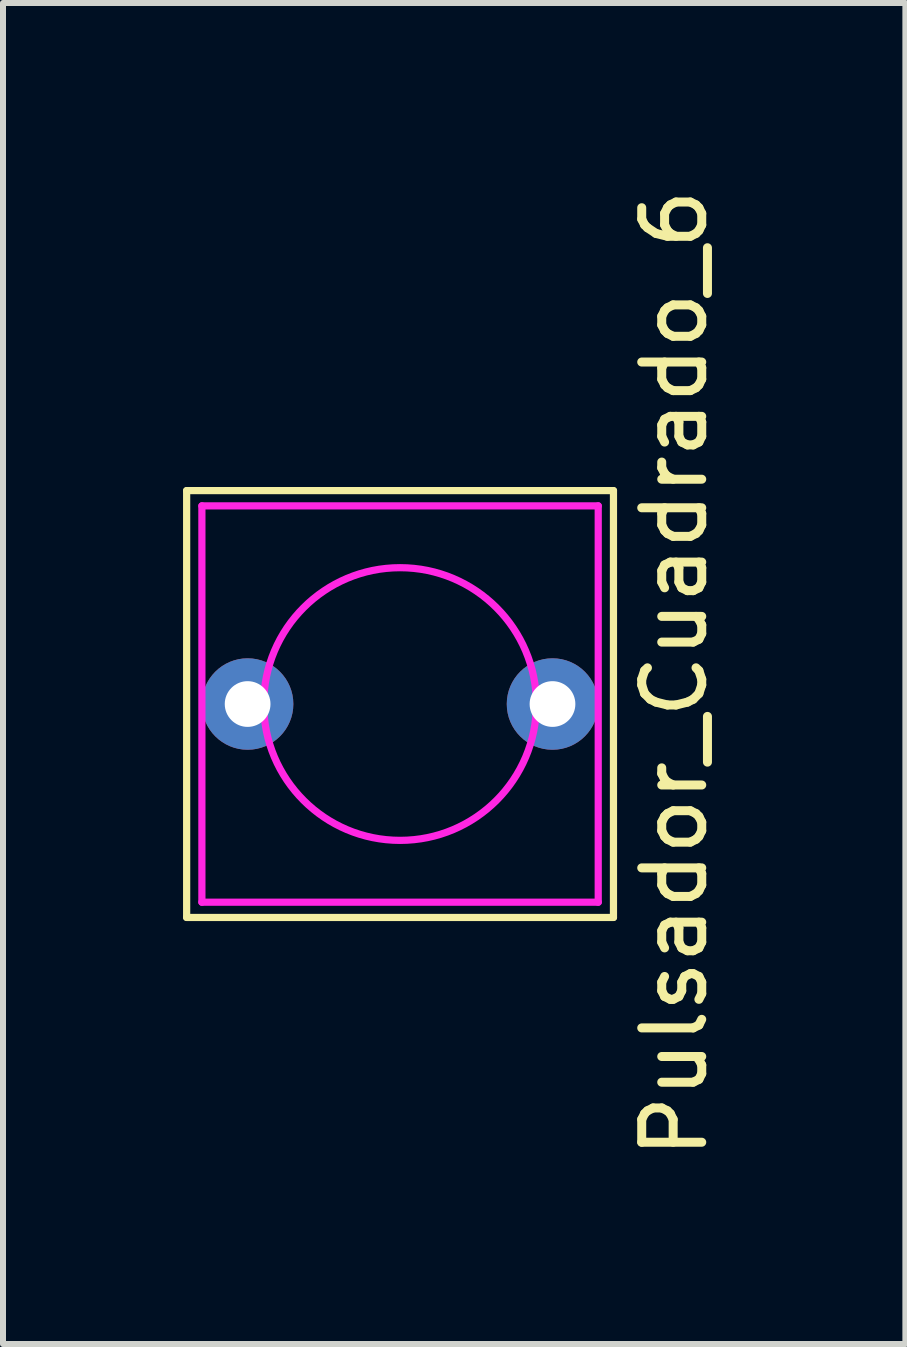
<source format=kicad_pcb>
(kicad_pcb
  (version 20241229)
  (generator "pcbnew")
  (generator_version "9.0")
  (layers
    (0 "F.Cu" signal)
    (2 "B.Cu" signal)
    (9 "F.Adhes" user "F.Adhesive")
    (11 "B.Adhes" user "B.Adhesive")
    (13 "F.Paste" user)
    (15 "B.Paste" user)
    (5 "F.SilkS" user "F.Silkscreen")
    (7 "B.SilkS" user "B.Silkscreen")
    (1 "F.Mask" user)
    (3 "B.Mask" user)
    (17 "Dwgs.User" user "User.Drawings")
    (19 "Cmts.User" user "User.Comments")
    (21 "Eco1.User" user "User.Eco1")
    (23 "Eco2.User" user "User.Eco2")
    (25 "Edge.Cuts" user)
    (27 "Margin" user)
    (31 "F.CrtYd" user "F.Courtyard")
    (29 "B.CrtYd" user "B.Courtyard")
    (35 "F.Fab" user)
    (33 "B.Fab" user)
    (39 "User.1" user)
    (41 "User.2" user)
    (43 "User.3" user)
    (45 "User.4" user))
  (footprint "Pulsador_Cuadrado_6"
    (layer "F.Cu")
    (at 3.616 6.141)
    (property "Reference" "Pulsador_Cuadrado_6" (at 4.572 2.032 90) (layer "F.SilkS") (effects (font (size 1 1) (thickness 0.15))))
    (attr through_hole)
    (fp_line (start -3.556 -1.016) (end -3.556 6.096) (stroke (width 0.12) (type solid)) (layer "F.SilkS"))
    (fp_line (start -3.556 6.096) (end 3.556 6.096) (stroke (width 0.12) (type solid)) (layer "F.SilkS"))
    (fp_line (start 3.556 -1.016) (end -3.556 -1.016) (stroke (width 0.12) (type solid)) (layer "F.SilkS"))
    (fp_line (start 3.556 6.096) (end 3.556 -1.016) (stroke (width 0.12) (type solid)) (layer "F.SilkS"))
    (fp_line (start -3.302 -0.762) (end 3.302 -0.762) (stroke (width 0.12) (type solid)) (layer "F.CrtYd"))
    (fp_line (start -3.302 5.842) (end -3.302 -0.762) (stroke (width 0.12) (type solid)) (layer "F.CrtYd"))
    (fp_line (start 3.302 -0.762) (end 3.302 5.842) (stroke (width 0.12) (type solid)) (layer "F.CrtYd"))
    (fp_line (start 3.302 5.842) (end -3.302 5.842) (stroke (width 0.12) (type solid)) (layer "F.CrtYd"))
    (fp_circle (center 0 2.54) (end 2.032 1.524) (stroke (width 0.12) (type solid)) (fill no) (layer "F.CrtYd"))
    (pad "1" thru_hole circle (at -2.54 2.54) (size 1.524 1.524) (drill 0.762) (layers "*.Cu" "*.Mask"))
    (pad "2" thru_hole circle (at 2.54 2.54) (size 1.524 1.524) (drill 0.762) (layers "*.Cu" "*.Mask")))
  (gr_rect
    (start -3 -3)
    (end 12.036 19.345)
    (stroke (width 0.1) (type default))
    (fill no)
    (layer "Edge.Cuts")))
</source>
